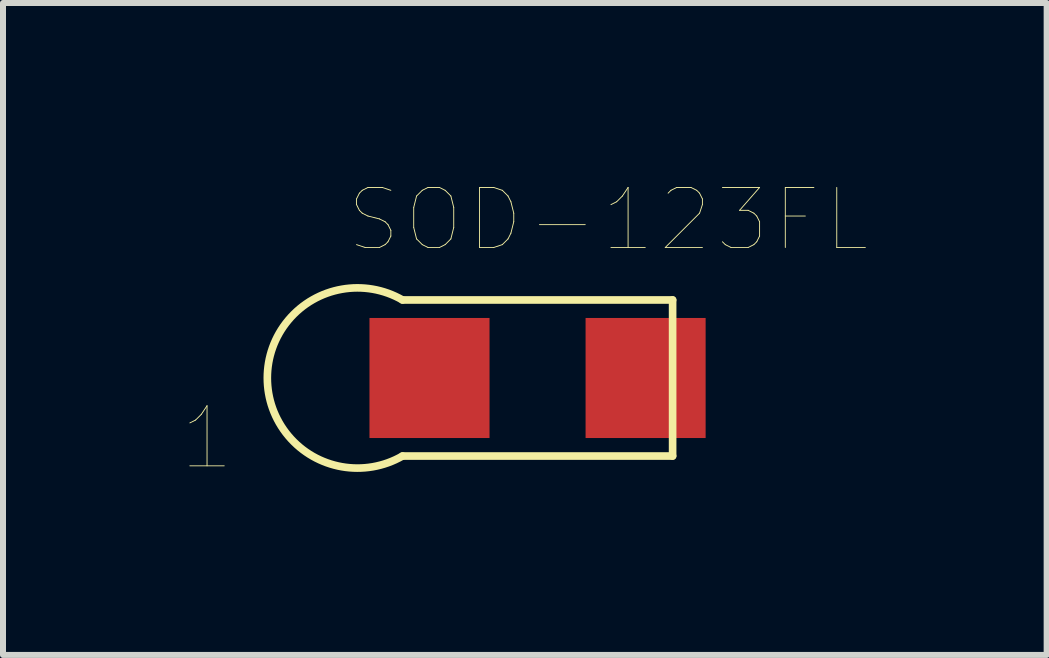
<source format=kicad_pcb>
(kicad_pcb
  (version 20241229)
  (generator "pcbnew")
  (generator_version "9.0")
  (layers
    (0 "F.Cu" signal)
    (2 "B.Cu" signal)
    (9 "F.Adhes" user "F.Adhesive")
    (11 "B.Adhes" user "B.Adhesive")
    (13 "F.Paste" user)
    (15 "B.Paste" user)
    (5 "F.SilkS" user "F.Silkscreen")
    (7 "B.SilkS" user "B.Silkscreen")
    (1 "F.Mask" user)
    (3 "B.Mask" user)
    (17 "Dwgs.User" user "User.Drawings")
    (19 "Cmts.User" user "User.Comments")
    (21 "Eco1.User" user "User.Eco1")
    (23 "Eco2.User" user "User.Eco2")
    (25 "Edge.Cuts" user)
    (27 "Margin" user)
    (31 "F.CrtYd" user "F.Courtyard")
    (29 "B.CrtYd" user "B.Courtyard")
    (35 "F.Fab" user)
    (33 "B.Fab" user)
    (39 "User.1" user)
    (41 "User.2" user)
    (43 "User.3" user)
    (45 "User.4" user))
  (footprint "SOD-123FL"
    (layer "F.Cu")
    (at 5.905 3.247)
    (property "Reference" "SOD-123FL" (at 1.175 -2.636 0) (layer "F.SilkS") (effects (font (size 1 1) (thickness 0.015))))
    (attr through_hole)
    (fp_line (start -2.25 -1.3) (end 2.25 -1.3) (stroke (width 0.127) (type solid)) (layer "F.SilkS"))
    (fp_line (start 2.25 -1.3) (end 2.25 1.3) (stroke (width 0.127) (type solid)) (layer "F.SilkS"))
    (fp_line (start 2.25 1.3) (end -2.25 1.3) (stroke (width 0.127) (type solid)) (layer "F.SilkS"))
    (fp_arc (start -2.249999 1.3) (mid -4.501666 0) (end -2.25 -1.3) (stroke (width 0.127) (type solid)) (layer "F.SilkS"))
    (fp_text user "1" (at -5.506 1.001 0) (layer "F.SilkS") (effects (font (size 1.001 1.001) (thickness 0.015))))
    (pad "1" smd rect (at -1.8 0) (size 2 2) (layers "F.Cu" "F.Mask" "F.Paste"))
    (pad "2" smd rect (at 1.8 0) (size 2 2) (layers "F.Cu" "F.Mask" "F.Paste")))
  (gr_rect
    (start -3 -3)
    (end 14.386 7.861)
    (stroke (width 0.1) (type default))
    (fill no)
    (layer "Edge.Cuts")))
</source>
